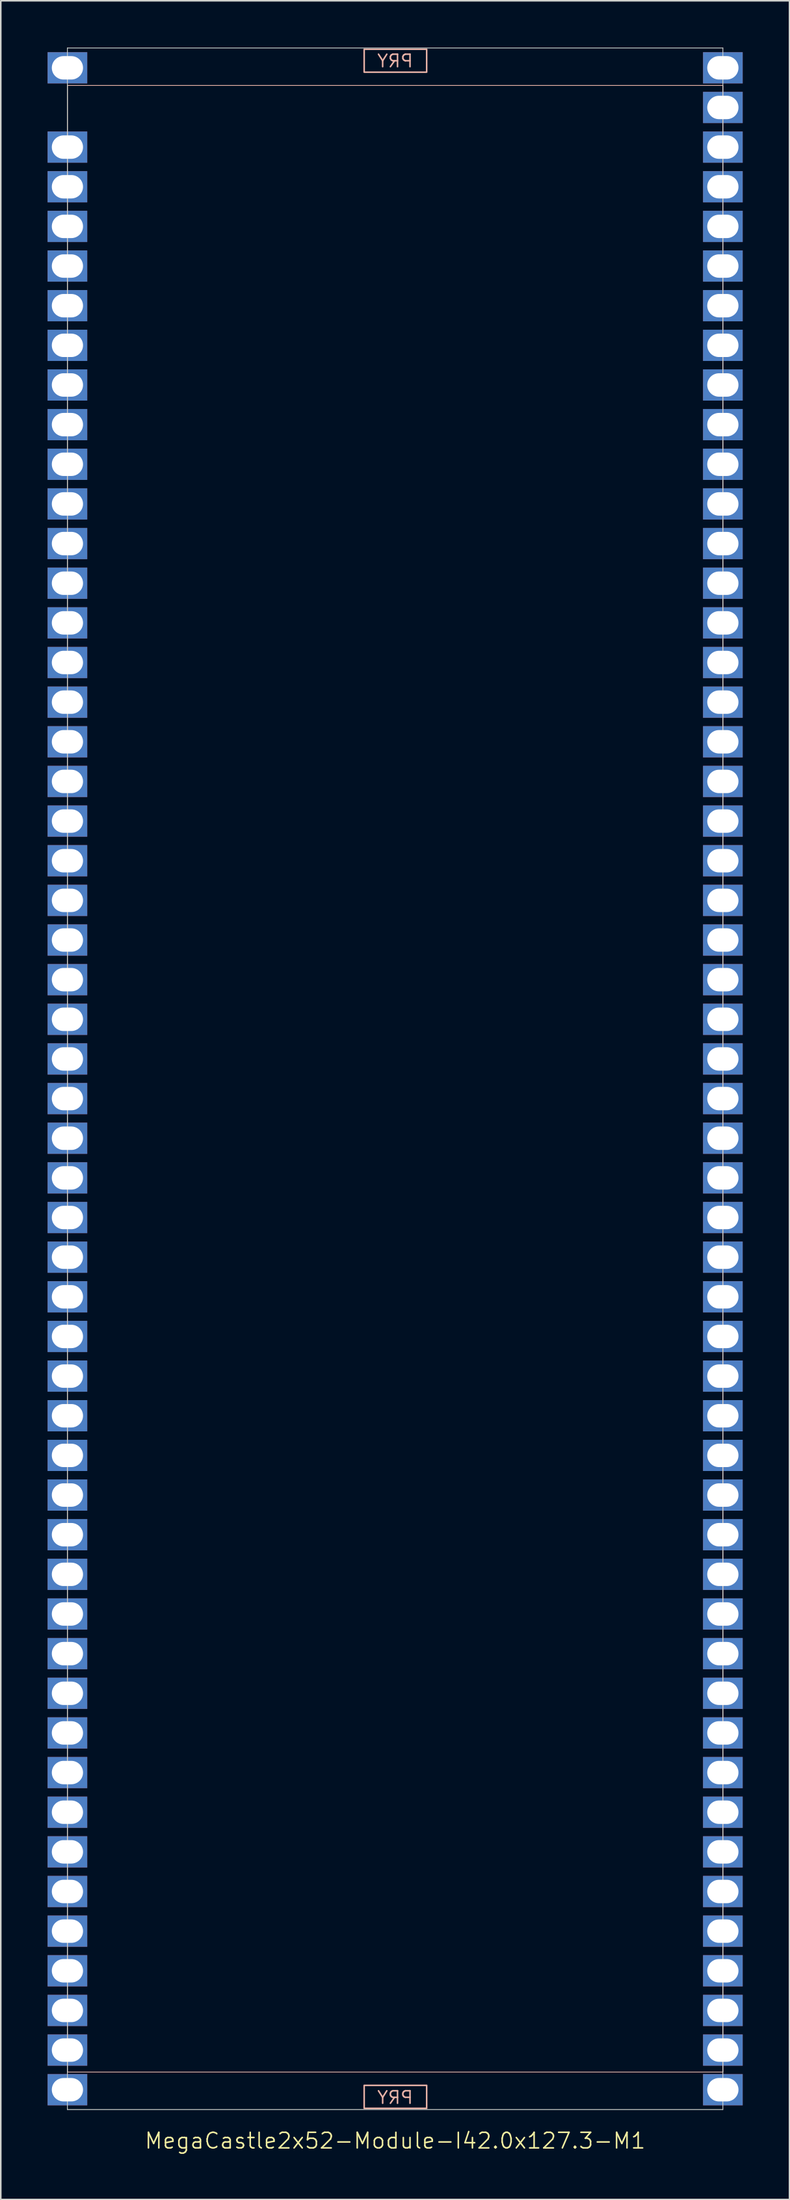
<source format=kicad_pcb>
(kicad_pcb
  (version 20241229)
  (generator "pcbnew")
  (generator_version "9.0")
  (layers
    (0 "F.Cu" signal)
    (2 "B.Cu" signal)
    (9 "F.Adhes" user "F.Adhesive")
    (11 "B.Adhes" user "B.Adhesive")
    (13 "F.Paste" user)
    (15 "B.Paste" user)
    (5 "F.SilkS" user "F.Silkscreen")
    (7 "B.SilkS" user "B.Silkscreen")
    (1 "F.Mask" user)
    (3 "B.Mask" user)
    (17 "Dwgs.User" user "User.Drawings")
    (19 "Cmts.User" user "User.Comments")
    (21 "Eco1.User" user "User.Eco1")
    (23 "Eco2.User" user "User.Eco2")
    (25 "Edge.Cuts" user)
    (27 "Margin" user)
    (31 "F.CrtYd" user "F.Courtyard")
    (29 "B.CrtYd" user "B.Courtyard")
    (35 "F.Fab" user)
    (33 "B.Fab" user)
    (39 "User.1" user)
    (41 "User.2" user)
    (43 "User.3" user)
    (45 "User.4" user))
  (footprint "MegaCastle2x52-Module-I42.0x127.3-M1"
    (layer "F.Cu")
    (at 22.27 66.065)
    (property "Reference" "MegaCastle2x52-Module-I42.0x127.3-M1" (at 0 68.04 0) (unlocked yes) (layer "F.SilkS") (effects (font (size 1 1) (thickness 0.1))))
    (attr smd)
    (fp_rect (start -21 63.64) (end 21 -63.64) (stroke (width 0.05) (type default)) (fill no) (layer "B.SilkS"))
    (fp_rect (start -1.984 -64.491) (end 2.02 -65.96) (stroke (width 0.1) (type default)) (fill no) (layer "B.SilkS"))
    (fp_rect (start -1.984 64.491) (end 2.02 65.96) (stroke (width 0.1) (type default)) (fill no) (layer "B.SilkS"))
    (fp_line (start -21 -66.04) (end -21 66.04) (stroke (width 0.05) (type default)) (layer "Edge.Cuts"))
    (fp_line (start -21 -66.04) (end 21 -66.04) (stroke (width 0.05) (type default)) (layer "Edge.Cuts"))
    (fp_line (start -21 66.04) (end 21 66.04) (stroke (width 0.05) (type default)) (layer "Edge.Cuts"))
    (fp_line (start 21 -66.04) (end 21 66.04) (stroke (width 0.05) (type default)) (layer "Edge.Cuts"))
    (fp_text user "PRY" (at 0 -64.74 0) (unlocked yes) (layer "B.SilkS") (effects (font (size 0.8 0.8) (thickness 0.1)) (justify bottom mirror)))
    (fp_text user "PRY" (at 0 65.74 0) (unlocked yes) (layer "B.SilkS") (effects (font (size 0.8 0.8) (thickness 0.1)) (justify bottom mirror)))
    (pad "1" thru_hole rect (at -21 -64.77) (size 2.54 2) (drill oval 2 1.5) (property pad_prop_castellated) (layers "*.Cu" "*.Mask"))
    (pad "3" thru_hole rect (at -21 -59.69) (size 2.54 2) (drill oval 2 1.5) (property pad_prop_castellated) (layers "*.Cu" "*.Mask"))
    (pad "4" thru_hole rect (at -21 -57.15) (size 2.54 2) (drill oval 2 1.5) (property pad_prop_castellated) (layers "*.Cu" "*.Mask"))
    (pad "5" thru_hole rect (at -21 -54.61) (size 2.54 2) (drill oval 2 1.5) (property pad_prop_castellated) (layers "*.Cu" "*.Mask"))
    (pad "6" thru_hole rect (at -21 -52.07) (size 2.54 2) (drill oval 2 1.5) (property pad_prop_castellated) (layers "*.Cu" "*.Mask"))
    (pad "7" thru_hole rect (at -21 -49.53) (size 2.54 2) (drill oval 2 1.5) (property pad_prop_castellated) (layers "*.Cu" "*.Mask"))
    (pad "8" thru_hole rect (at -21 -46.99) (size 2.54 2) (drill oval 2 1.5) (property pad_prop_castellated) (layers "*.Cu" "*.Mask"))
    (pad "9" thru_hole rect (at -21 -44.45) (size 2.54 2) (drill oval 2 1.5) (property pad_prop_castellated) (layers "*.Cu" "*.Mask"))
    (pad "10" thru_hole rect (at -21 -41.91) (size 2.54 2) (drill oval 2 1.5) (property pad_prop_castellated) (layers "*.Cu" "*.Mask"))
    (pad "11" thru_hole rect (at -21 -39.37) (size 2.54 2) (drill oval 2 1.5) (property pad_prop_castellated) (layers "*.Cu" "*.Mask"))
    (pad "12" thru_hole rect (at -21 -36.83) (size 2.54 2) (drill oval 2 1.5) (property pad_prop_castellated) (layers "*.Cu" "*.Mask"))
    (pad "13" thru_hole rect (at -21 -34.29) (size 2.54 2) (drill oval 2 1.5) (property pad_prop_castellated) (layers "*.Cu" "*.Mask"))
    (pad "14" thru_hole rect (at -21 -31.75) (size 2.54 2) (drill oval 2 1.5) (property pad_prop_castellated) (layers "*.Cu" "*.Mask"))
    (pad "15" thru_hole rect (at -21 -29.21) (size 2.54 2) (drill oval 2 1.5) (property pad_prop_castellated) (layers "*.Cu" "*.Mask"))
    (pad "16" thru_hole rect (at -21 -26.67) (size 2.54 2) (drill oval 2 1.5) (property pad_prop_castellated) (layers "*.Cu" "*.Mask"))
    (pad "17" thru_hole rect (at -21 -24.13) (size 2.54 2) (drill oval 2 1.5) (property pad_prop_castellated) (layers "*.Cu" "*.Mask"))
    (pad "18" thru_hole rect (at -21 -21.59) (size 2.54 2) (drill oval 2 1.5) (property pad_prop_castellated) (layers "*.Cu" "*.Mask"))
    (pad "19" thru_hole rect (at -21 -19.05) (size 2.54 2) (drill oval 2 1.5) (property pad_prop_castellated) (layers "*.Cu" "*.Mask"))
    (pad "20" thru_hole rect (at -21 -16.51) (size 2.54 2) (drill oval 2 1.5) (property pad_prop_castellated) (layers "*.Cu" "*.Mask"))
    (pad "21" thru_hole rect (at -21 -13.97) (size 2.54 2) (drill oval 2 1.5) (property pad_prop_castellated) (layers "*.Cu" "*.Mask"))
    (pad "22" thru_hole rect (at -21 -11.43) (size 2.54 2) (drill oval 2 1.5) (property pad_prop_castellated) (layers "*.Cu" "*.Mask"))
    (pad "23" thru_hole rect (at -21 -8.89) (size 2.54 2) (drill oval 2 1.5) (property pad_prop_castellated) (layers "*.Cu" "*.Mask"))
    (pad "24" thru_hole rect (at -21 -6.35) (size 2.54 2) (drill oval 2 1.5) (property pad_prop_castellated) (layers "*.Cu" "*.Mask"))
    (pad "25" thru_hole rect (at -21 -3.81) (size 2.54 2) (drill oval 2 1.5) (property pad_prop_castellated) (layers "*.Cu" "*.Mask"))
    (pad "26" thru_hole rect (at -21 -1.27) (size 2.54 2) (drill oval 2 1.5) (property pad_prop_castellated) (layers "*.Cu" "*.Mask"))
    (pad "27" thru_hole rect (at -21 1.27) (size 2.54 2) (drill oval 2 1.5) (property pad_prop_castellated) (layers "*.Cu" "*.Mask"))
    (pad "28" thru_hole rect (at -21 3.81) (size 2.54 2) (drill oval 2 1.5) (property pad_prop_castellated) (layers "*.Cu" "*.Mask"))
    (pad "29" thru_hole rect (at -21 6.35) (size 2.54 2) (drill oval 2 1.5) (property pad_prop_castellated) (layers "*.Cu" "*.Mask"))
    (pad "30" thru_hole rect (at -21 8.89) (size 2.54 2) (drill oval 2 1.5) (property pad_prop_castellated) (layers "*.Cu" "*.Mask"))
    (pad "31" thru_hole rect (at -21 11.43) (size 2.54 2) (drill oval 2 1.5) (property pad_prop_castellated) (layers "*.Cu" "*.Mask"))
    (pad "32" thru_hole rect (at -21 13.97) (size 2.54 2) (drill oval 2 1.5) (property pad_prop_castellated) (layers "*.Cu" "*.Mask"))
    (pad "33" thru_hole rect (at -21 16.51) (size 2.54 2) (drill oval 2 1.5) (property pad_prop_castellated) (layers "*.Cu" "*.Mask"))
    (pad "34" thru_hole rect (at -21 19.05) (size 2.54 2) (drill oval 2 1.5) (property pad_prop_castellated) (layers "*.Cu" "*.Mask"))
    (pad "35" thru_hole rect (at -21 21.59) (size 2.54 2) (drill oval 2 1.5) (property pad_prop_castellated) (layers "*.Cu" "*.Mask"))
    (pad "36" thru_hole rect (at -21 24.13) (size 2.54 2) (drill oval 2 1.5) (property pad_prop_castellated) (layers "*.Cu" "*.Mask"))
    (pad "37" thru_hole rect (at -21 26.67) (size 2.54 2) (drill oval 2 1.5) (property pad_prop_castellated) (layers "*.Cu" "*.Mask"))
    (pad "38" thru_hole rect (at -21 29.21) (size 2.54 2) (drill oval 2 1.5) (property pad_prop_castellated) (layers "*.Cu" "*.Mask"))
    (pad "39" thru_hole rect (at -21 31.75) (size 2.54 2) (drill oval 2 1.5) (property pad_prop_castellated) (layers "*.Cu" "*.Mask"))
    (pad "40" thru_hole rect (at -21 34.29) (size 2.54 2) (drill oval 2 1.5) (property pad_prop_castellated) (layers "*.Cu" "*.Mask"))
    (pad "41" thru_hole rect (at -21 36.83) (size 2.54 2) (drill oval 2 1.5) (property pad_prop_castellated) (layers "*.Cu" "*.Mask"))
    (pad "42" thru_hole rect (at -21 39.37) (size 2.54 2) (drill oval 2 1.5) (property pad_prop_castellated) (layers "*.Cu" "*.Mask"))
    (pad "43" thru_hole rect (at -21 41.91) (size 2.54 2) (drill oval 2 1.5) (property pad_prop_castellated) (layers "*.Cu" "*.Mask"))
    (pad "44" thru_hole rect (at -21 44.45) (size 2.54 2) (drill oval 2 1.5) (property pad_prop_castellated) (layers "*.Cu" "*.Mask"))
    (pad "45" thru_hole rect (at -21 46.99) (size 2.54 2) (drill oval 2 1.5) (property pad_prop_castellated) (layers "*.Cu" "*.Mask"))
    (pad "46" thru_hole rect (at -21 49.53) (size 2.54 2) (drill oval 2 1.5) (property pad_prop_castellated) (layers "*.Cu" "*.Mask"))
    (pad "47" thru_hole rect (at -21 52.07) (size 2.54 2) (drill oval 2 1.5) (property pad_prop_castellated) (layers "*.Cu" "*.Mask"))
    (pad "48" thru_hole rect (at -21 54.61) (size 2.54 2) (drill oval 2 1.5) (property pad_prop_castellated) (layers "*.Cu" "*.Mask"))
    (pad "49" thru_hole rect (at -21 57.15) (size 2.54 2) (drill oval 2 1.5) (property pad_prop_castellated) (layers "*.Cu" "*.Mask"))
    (pad "50" thru_hole rect (at -21 59.69) (size 2.54 2) (drill oval 2 1.5) (property pad_prop_castellated) (layers "*.Cu" "*.Mask"))
    (pad "51" thru_hole rect (at -21 62.23) (size 2.54 2) (drill oval 2 1.5) (property pad_prop_castellated) (layers "*.Cu" "*.Mask"))
    (pad "52" thru_hole rect (at -21 64.77) (size 2.54 2) (drill oval 2 1.5) (property pad_prop_castellated) (layers "*.Cu" "*.Mask"))
    (pad "53" thru_hole rect (at 21 -64.77) (size 2.54 2) (drill oval 2 1.5) (property pad_prop_castellated) (layers "*.Cu" "*.Mask"))
    (pad "54" thru_hole rect (at 21 -62.23) (size 2.54 2) (drill oval 2 1.5) (property pad_prop_castellated) (layers "*.Cu" "*.Mask"))
    (pad "55" thru_hole rect (at 21 -59.69) (size 2.54 2) (drill oval 2 1.5) (property pad_prop_castellated) (layers "*.Cu" "*.Mask"))
    (pad "56" thru_hole rect (at 21 -57.15) (size 2.54 2) (drill oval 2 1.5) (property pad_prop_castellated) (layers "*.Cu" "*.Mask"))
    (pad "57" thru_hole rect (at 21 -54.61) (size 2.54 2) (drill oval 2 1.5) (property pad_prop_castellated) (layers "*.Cu" "*.Mask"))
    (pad "58" thru_hole rect (at 21 -52.07) (size 2.54 2) (drill oval 2 1.5) (property pad_prop_castellated) (layers "*.Cu" "*.Mask"))
    (pad "59" thru_hole rect (at 21 -49.53) (size 2.54 2) (drill oval 2 1.5) (property pad_prop_castellated) (layers "*.Cu" "*.Mask"))
    (pad "60" thru_hole rect (at 21 -46.99) (size 2.54 2) (drill oval 2 1.5) (property pad_prop_castellated) (layers "*.Cu" "*.Mask"))
    (pad "61" thru_hole rect (at 21 -44.45) (size 2.54 2) (drill oval 2 1.5) (property pad_prop_castellated) (layers "*.Cu" "*.Mask"))
    (pad "62" thru_hole rect (at 21 -41.91) (size 2.54 2) (drill oval 2 1.5) (property pad_prop_castellated) (layers "*.Cu" "*.Mask"))
    (pad "63" thru_hole rect (at 21 -39.37) (size 2.54 2) (drill oval 2 1.5) (property pad_prop_castellated) (layers "*.Cu" "*.Mask"))
    (pad "64" thru_hole rect (at 21 -36.83) (size 2.54 2) (drill oval 2 1.5) (property pad_prop_castellated) (layers "*.Cu" "*.Mask"))
    (pad "65" thru_hole rect (at 21 -34.29) (size 2.54 2) (drill oval 2 1.5) (property pad_prop_castellated) (layers "*.Cu" "*.Mask"))
    (pad "66" thru_hole rect (at 21 -31.75) (size 2.54 2) (drill oval 2 1.5) (property pad_prop_castellated) (layers "*.Cu" "*.Mask"))
    (pad "67" thru_hole rect (at 21 -29.21) (size 2.54 2) (drill oval 2 1.5) (property pad_prop_castellated) (layers "*.Cu" "*.Mask"))
    (pad "68" thru_hole rect (at 21 -26.67) (size 2.54 2) (drill oval 2 1.5) (property pad_prop_castellated) (layers "*.Cu" "*.Mask"))
    (pad "69" thru_hole rect (at 21 -24.13) (size 2.54 2) (drill oval 2 1.5) (property pad_prop_castellated) (layers "*.Cu" "*.Mask"))
    (pad "70" thru_hole rect (at 21 -21.59) (size 2.54 2) (drill oval 2 1.5) (property pad_prop_castellated) (layers "*.Cu" "*.Mask"))
    (pad "71" thru_hole rect (at 21 -19.05) (size 2.54 2) (drill oval 2 1.5) (property pad_prop_castellated) (layers "*.Cu" "*.Mask"))
    (pad "72" thru_hole rect (at 21 -16.51) (size 2.54 2) (drill oval 2 1.5) (property pad_prop_castellated) (layers "*.Cu" "*.Mask"))
    (pad "73" thru_hole rect (at 21 -13.97) (size 2.54 2) (drill oval 2 1.5) (property pad_prop_castellated) (layers "*.Cu" "*.Mask"))
    (pad "74" thru_hole rect (at 21 -11.43) (size 2.54 2) (drill oval 2 1.5) (property pad_prop_castellated) (layers "*.Cu" "*.Mask"))
    (pad "75" thru_hole rect (at 21 -8.89) (size 2.54 2) (drill oval 2 1.5) (property pad_prop_castellated) (layers "*.Cu" "*.Mask"))
    (pad "76" thru_hole rect (at 21 -6.35) (size 2.54 2) (drill oval 2 1.5) (property pad_prop_castellated) (layers "*.Cu" "*.Mask"))
    (pad "77" thru_hole rect (at 21 -3.81) (size 2.54 2) (drill oval 2 1.5) (property pad_prop_castellated) (layers "*.Cu" "*.Mask"))
    (pad "78" thru_hole rect (at 21 -1.27) (size 2.54 2) (drill oval 2 1.5) (property pad_prop_castellated) (layers "*.Cu" "*.Mask"))
    (pad "79" thru_hole rect (at 21 1.27) (size 2.54 2) (drill oval 2 1.5) (property pad_prop_castellated) (layers "*.Cu" "*.Mask"))
    (pad "80" thru_hole rect (at 21 3.81) (size 2.54 2) (drill oval 2 1.5) (property pad_prop_castellated) (layers "*.Cu" "*.Mask"))
    (pad "81" thru_hole rect (at 21 6.35) (size 2.54 2) (drill oval 2 1.5) (property pad_prop_castellated) (layers "*.Cu" "*.Mask"))
    (pad "82" thru_hole rect (at 21 8.89) (size 2.54 2) (drill oval 2 1.5) (property pad_prop_castellated) (layers "*.Cu" "*.Mask"))
    (pad "83" thru_hole rect (at 21 11.43) (size 2.54 2) (drill oval 2 1.5) (property pad_prop_castellated) (layers "*.Cu" "*.Mask"))
    (pad "84" thru_hole rect (at 21 13.97) (size 2.54 2) (drill oval 2 1.5) (property pad_prop_castellated) (layers "*.Cu" "*.Mask"))
    (pad "85" thru_hole rect (at 21 16.51) (size 2.54 2) (drill oval 2 1.5) (property pad_prop_castellated) (layers "*.Cu" "*.Mask"))
    (pad "86" thru_hole rect (at 21 19.05) (size 2.54 2) (drill oval 2 1.5) (property pad_prop_castellated) (layers "*.Cu" "*.Mask"))
    (pad "87" thru_hole rect (at 21 21.59) (size 2.54 2) (drill oval 2 1.5) (property pad_prop_castellated) (layers "*.Cu" "*.Mask"))
    (pad "88" thru_hole rect (at 21 24.13) (size 2.54 2) (drill oval 2 1.5) (property pad_prop_castellated) (layers "*.Cu" "*.Mask"))
    (pad "89" thru_hole rect (at 21 26.67) (size 2.54 2) (drill oval 2 1.5) (property pad_prop_castellated) (layers "*.Cu" "*.Mask"))
    (pad "90" thru_hole rect (at 21 29.21) (size 2.54 2) (drill oval 2 1.5) (property pad_prop_castellated) (layers "*.Cu" "*.Mask"))
    (pad "91" thru_hole rect (at 21 31.75) (size 2.54 2) (drill oval 2 1.5) (property pad_prop_castellated) (layers "*.Cu" "*.Mask"))
    (pad "92" thru_hole rect (at 21 34.29) (size 2.54 2) (drill oval 2 1.5) (property pad_prop_castellated) (layers "*.Cu" "*.Mask"))
    (pad "93" thru_hole rect (at 21 36.83) (size 2.54 2) (drill oval 2 1.5) (property pad_prop_castellated) (layers "*.Cu" "*.Mask"))
    (pad "94" thru_hole rect (at 21 39.37) (size 2.54 2) (drill oval 2 1.5) (property pad_prop_castellated) (layers "*.Cu" "*.Mask"))
    (pad "95" thru_hole rect (at 21 41.91) (size 2.54 2) (drill oval 2 1.5) (property pad_prop_castellated) (layers "*.Cu" "*.Mask"))
    (pad "96" thru_hole rect (at 21 44.45) (size 2.54 2) (drill oval 2 1.5) (property pad_prop_castellated) (layers "*.Cu" "*.Mask"))
    (pad "97" thru_hole rect (at 21 46.99) (size 2.54 2) (drill oval 2 1.5) (property pad_prop_castellated) (layers "*.Cu" "*.Mask"))
    (pad "98" thru_hole rect (at 21 49.53) (size 2.54 2) (drill oval 2 1.5) (property pad_prop_castellated) (layers "*.Cu" "*.Mask"))
    (pad "99" thru_hole rect (at 21 52.07) (size 2.54 2) (drill oval 2 1.5) (property pad_prop_castellated) (layers "*.Cu" "*.Mask"))
    (pad "100" thru_hole rect (at 21 54.61) (size 2.54 2) (drill oval 2 1.5) (property pad_prop_castellated) (layers "*.Cu" "*.Mask"))
    (pad "101" thru_hole rect (at 21 57.15) (size 2.54 2) (drill oval 2 1.5) (property pad_prop_castellated) (layers "*.Cu" "*.Mask"))
    (pad "102" thru_hole rect (at 21 59.69) (size 2.54 2) (drill oval 2 1.5) (property pad_prop_castellated) (layers "*.Cu" "*.Mask"))
    (pad "103" thru_hole rect (at 21 62.23) (size 2.54 2) (drill oval 2 1.5) (property pad_prop_castellated) (layers "*.Cu" "*.Mask"))
    (pad "104" thru_hole rect (at 21 64.77) (size 2.54 2) (drill oval 2 1.5) (property pad_prop_castellated) (layers "*.Cu" "*.Mask"))
    (zone (net_name "") (layer "B.Cu") (hatch edge 0.5) (connect_pads) (min_thickness 0.25) (filled_areas_thickness no) (keepout (tracks allowed) (vias allowed) (pads allowed) (copperpour allowed) (footprints not_allowed)) (placement (enabled no)) (fill) (polygon (pts (xy 1.27 132.105) (xy 1.27 0.025))))
    (zone (net_name "") (layer "B.Cu") (hatch edge 0.5) (connect_pads) (min_thickness 0.25) (filled_areas_thickness no) (keepout (tracks allowed) (vias allowed) (pads allowed) (copperpour allowed) (footprints not_allowed)) (placement (enabled no)) (fill) (polygon (pts (xy 43.27 132.105) (xy 43.27 0.025))))
    (zone (net_name "") (layer "B.Cu") (hatch edge 0.5) (connect_pads) (min_thickness 0.25) (filled_areas_thickness no) (keepout (tracks allowed) (vias allowed) (pads allowed) (copperpour allowed) (footprints not_allowed)) (placement (enabled no)) (fill) (polygon (pts (xy 1.27 0.025) (xy 1.27 2.425) (xy 43.27 2.425) (xy 43.27 0.025))))
    (zone (net_name "") (layer "B.Cu") (hatch edge 0.5) (connect_pads) (min_thickness 0.25) (filled_areas_thickness no) (keepout (tracks allowed) (vias allowed) (pads allowed) (copperpour allowed) (footprints not_allowed)) (placement (enabled no)) (fill) (polygon (pts (xy 1.27 132.105) (xy 1.27 129.705) (xy 43.27 129.705) (xy 43.27 132.105))))
    (zone (net_name "") (layer "B.Cu") (name "Upper Pry Zone") (hatch edge 0.5) (connect_pads) (min_thickness 0.25) (filled_areas_thickness no) (keepout (tracks not_allowed) (vias not_allowed) (pads not_allowed) (copperpour allowed) (footprints not_allowed)) (placement (enabled no)) (fill) (polygon (pts (xy 20.286 1.574) (xy 20.286 0.105) (xy 24.29 0.105) (xy 24.29 1.574))))
    (zone (net_name "") (layer "B.Cu") (name "Upper Pry Zone") (hatch edge 0.5) (connect_pads) (min_thickness 0.25) (filled_areas_thickness no) (keepout (tracks not_allowed) (vias not_allowed) (pads not_allowed) (copperpour allowed) (footprints not_allowed)) (placement (enabled no)) (fill) (polygon (pts (xy 20.286 130.556) (xy 20.286 132.025) (xy 24.29 132.025) (xy 24.29 130.556)))))
  (gr_rect
    (start -3 -3)
    (end 47.54 137.866)
    (stroke (width 0.1) (type default))
    (fill no)
    (layer "Edge.Cuts")))
</source>
